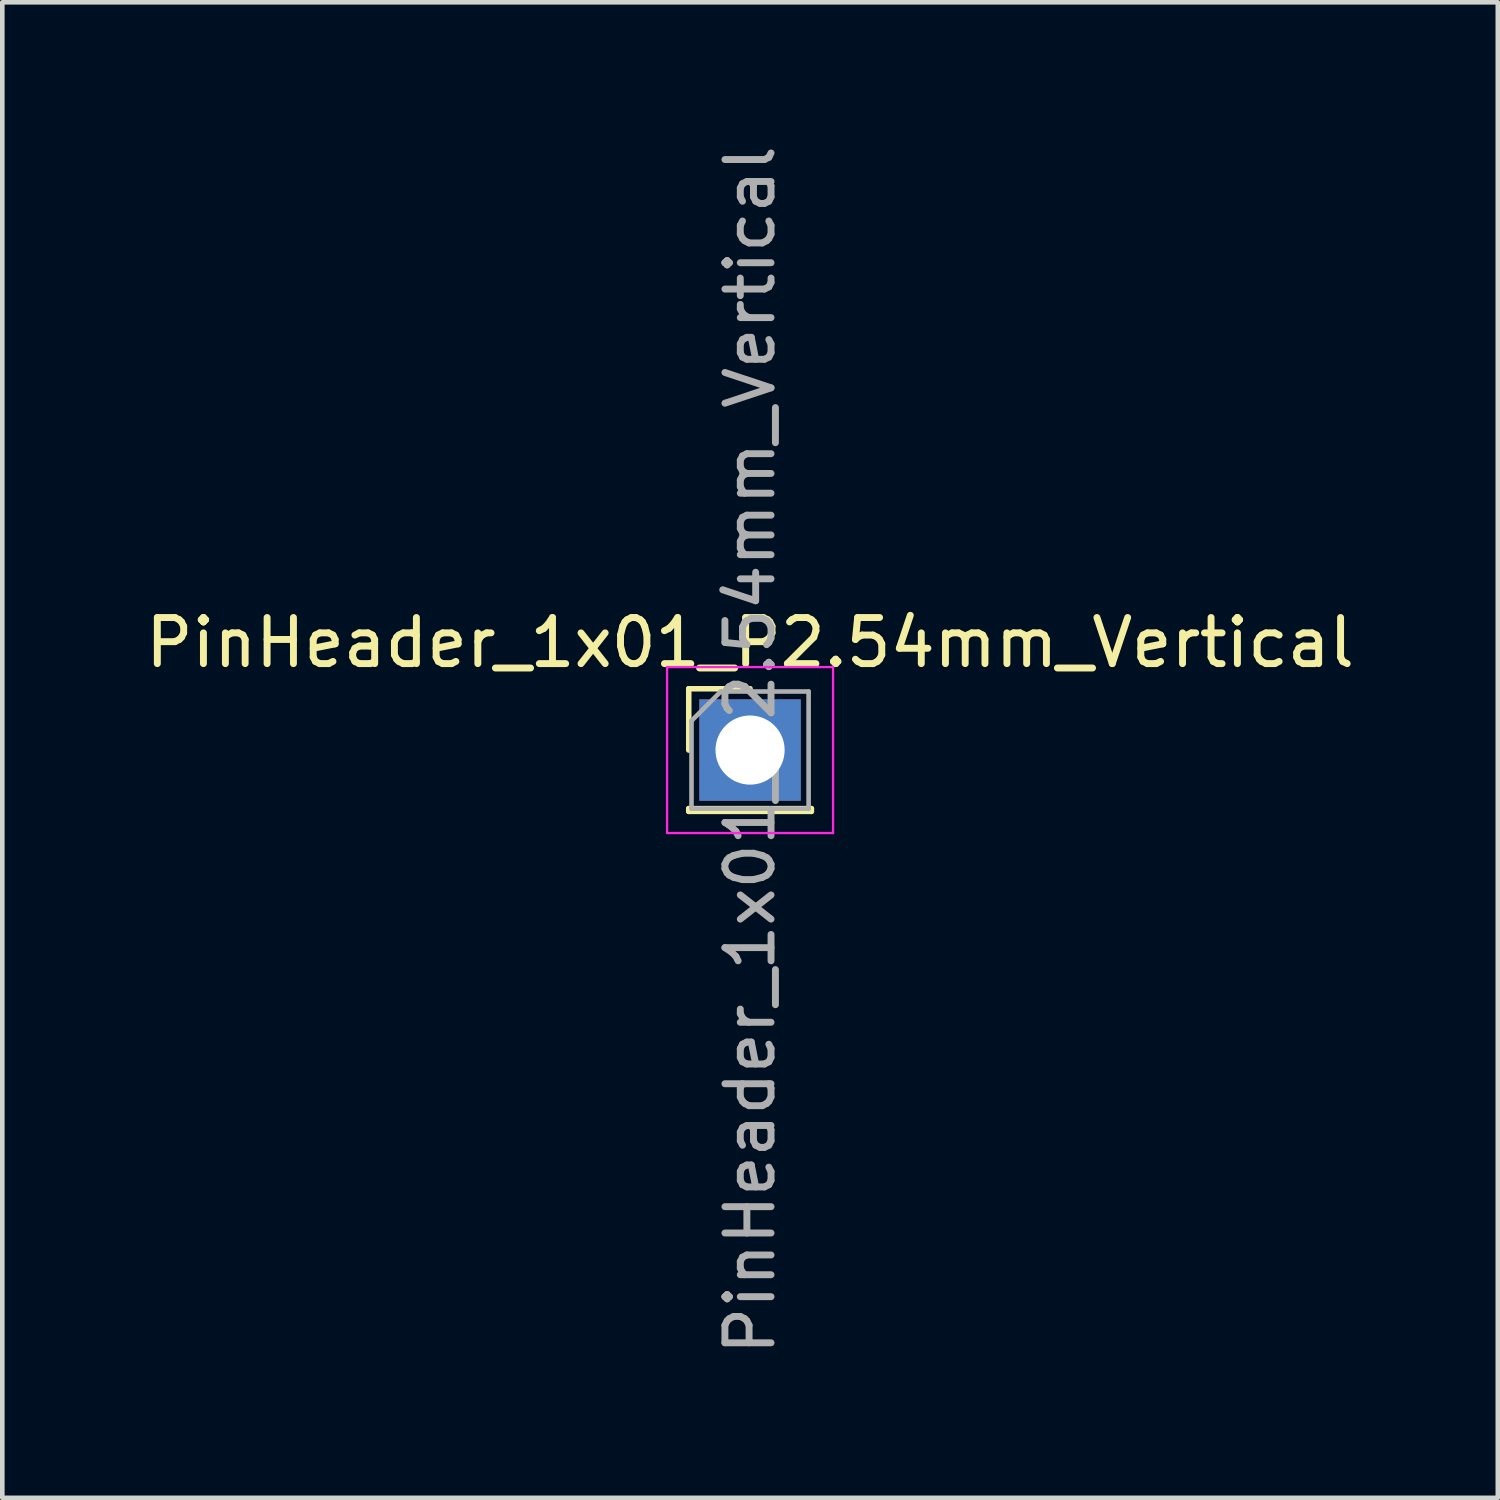
<source format=kicad_pcb>
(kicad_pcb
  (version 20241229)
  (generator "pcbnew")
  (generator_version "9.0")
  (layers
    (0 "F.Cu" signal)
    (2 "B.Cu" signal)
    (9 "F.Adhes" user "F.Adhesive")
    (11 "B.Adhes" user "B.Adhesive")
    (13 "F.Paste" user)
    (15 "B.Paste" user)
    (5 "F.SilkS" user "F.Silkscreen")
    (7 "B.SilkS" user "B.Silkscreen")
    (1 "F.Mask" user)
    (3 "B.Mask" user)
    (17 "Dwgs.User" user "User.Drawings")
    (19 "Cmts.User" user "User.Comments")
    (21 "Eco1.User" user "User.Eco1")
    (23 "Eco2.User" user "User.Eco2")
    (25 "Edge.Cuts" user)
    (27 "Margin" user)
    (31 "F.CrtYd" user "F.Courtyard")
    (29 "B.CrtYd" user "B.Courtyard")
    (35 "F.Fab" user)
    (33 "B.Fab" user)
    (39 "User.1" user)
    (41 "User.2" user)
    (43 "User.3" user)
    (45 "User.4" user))
  (footprint "PinHeader_1x01_P2.54mm_Vertical"
    (layer "F.Cu")
    (at 13.22 13.22)
    (property "Reference" "PinHeader_1x01_P2.54mm_Vertical" (at 0 -2.33 0) (layer "F.SilkS") (effects (font (size 1 1) (thickness 0.15))))
    (attr through_hole)
    (fp_line (start -1.33 -1.33) (end 0 -1.33) (stroke (width 0.12) (type solid)) (layer "F.SilkS"))
    (fp_line (start -1.33 0) (end -1.33 -1.33) (stroke (width 0.12) (type solid)) (layer "F.SilkS"))
    (fp_line (start -1.33 1.27) (end -1.33 1.33) (stroke (width 0.12) (type solid)) (layer "F.SilkS"))
    (fp_line (start -1.33 1.27) (end 1.33 1.27) (stroke (width 0.12) (type solid)) (layer "F.SilkS"))
    (fp_line (start -1.33 1.33) (end 1.33 1.33) (stroke (width 0.12) (type solid)) (layer "F.SilkS"))
    (fp_line (start 1.33 1.27) (end 1.33 1.33) (stroke (width 0.12) (type solid)) (layer "F.SilkS"))
    (fp_line (start -1.8 -1.8) (end -1.8 1.8) (stroke (width 0.05) (type solid)) (layer "F.CrtYd"))
    (fp_line (start -1.8 1.8) (end 1.8 1.8) (stroke (width 0.05) (type solid)) (layer "F.CrtYd"))
    (fp_line (start 1.8 -1.8) (end -1.8 -1.8) (stroke (width 0.05) (type solid)) (layer "F.CrtYd"))
    (fp_line (start 1.8 1.8) (end 1.8 -1.8) (stroke (width 0.05) (type solid)) (layer "F.CrtYd"))
    (fp_line (start -1.27 -0.635) (end -0.635 -1.27) (stroke (width 0.1) (type solid)) (layer "F.Fab"))
    (fp_line (start -1.27 1.27) (end -1.27 -0.635) (stroke (width 0.1) (type solid)) (layer "F.Fab"))
    (fp_line (start -0.635 -1.27) (end 1.27 -1.27) (stroke (width 0.1) (type solid)) (layer "F.Fab"))
    (fp_line (start 1.27 -1.27) (end 1.27 1.27) (stroke (width 0.1) (type solid)) (layer "F.Fab"))
    (fp_line (start 1.27 1.27) (end -1.27 1.27) (stroke (width 0.1) (type solid)) (layer "F.Fab"))
    (fp_text user "${REFERENCE}" (at 0 0 90) (layer "F.Fab") (effects (font (size 1 1) (thickness 0.15))))
    (pad "1" thru_hole rect (at 0 0) (size 2.2 2.2) (drill 1.5) (layers "*.Cu" "*.Mask")))
  (gr_rect
    (start -3 -3)
    (end 29.44 29.44)
    (stroke (width 0.1) (type default))
    (fill no)
    (layer "Edge.Cuts")))
</source>
